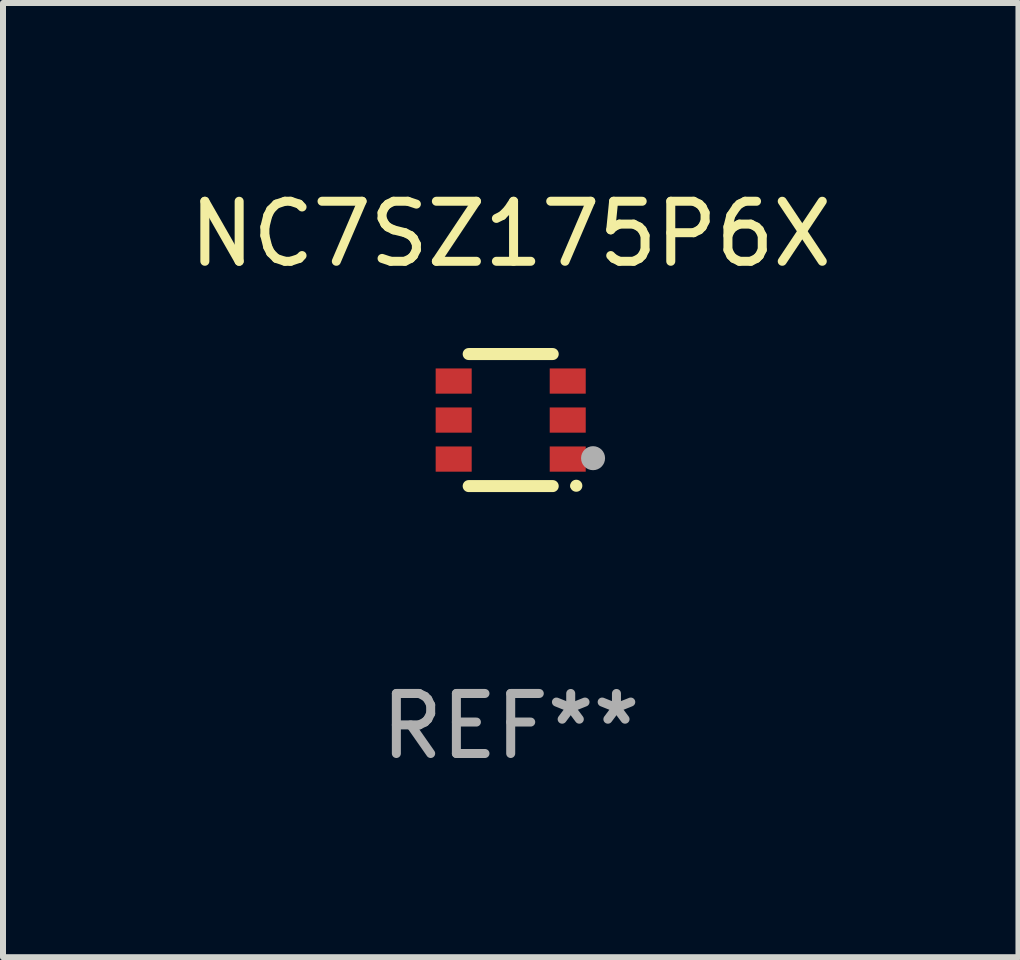
<source format=kicad_pcb>
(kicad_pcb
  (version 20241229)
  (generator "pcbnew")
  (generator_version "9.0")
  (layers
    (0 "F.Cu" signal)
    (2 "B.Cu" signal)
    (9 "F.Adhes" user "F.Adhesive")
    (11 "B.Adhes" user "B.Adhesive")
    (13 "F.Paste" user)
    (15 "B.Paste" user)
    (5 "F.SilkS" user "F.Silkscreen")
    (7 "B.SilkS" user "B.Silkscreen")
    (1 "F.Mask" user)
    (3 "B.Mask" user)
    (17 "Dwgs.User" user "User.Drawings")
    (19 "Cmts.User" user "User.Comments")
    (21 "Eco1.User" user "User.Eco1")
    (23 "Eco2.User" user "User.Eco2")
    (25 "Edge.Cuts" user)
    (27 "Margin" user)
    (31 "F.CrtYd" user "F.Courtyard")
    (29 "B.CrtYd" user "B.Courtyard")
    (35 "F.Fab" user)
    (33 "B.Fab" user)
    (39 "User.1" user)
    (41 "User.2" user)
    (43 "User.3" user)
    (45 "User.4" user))
  (footprint "NC7SZ175P6X"
    (layer "F.Cu")
    (at 5.458 3.948)
    (property "Reference" "NC7SZ175P6X" (at 0 -3.1 0) (layer "F.SilkS") (effects (font (size 1 1) (thickness 0.15))))
    (attr through_hole)
    (fp_line (start -0.7 -1.1) (end 0.7 -1.1) (stroke (width 0.2) (type solid)) (layer "F.SilkS"))
    (fp_line (start -0.7 1.1) (end 0.7 1.1) (stroke (width 0.2) (type solid)) (layer "F.SilkS"))
    (fp_arc (start 1.090932 1.094209) (mid 1.092202 1.094203) (end 1.093472 1.094209) (stroke (width 0.2) (type solid)) (layer "F.SilkS"))
    (fp_circle (center 1.053 1.1) (end 1.083 1.1) (stroke (width 0.06) (type solid)) (fill no) (layer "F.SilkS"))
    (fp_circle (center 1.372 0.635) (end 1.472 0.635) (stroke (width 0.2) (type solid)) (fill no) (layer "F.Fab"))
    (fp_text user "REF**" (at 0 5.1 0) (layer "F.Fab") (effects (font (size 1 1) (thickness 0.15))))
    (pad "1" smd rect (at 0.95 0.65 90) (size 0.42 0.6) (layers "F.Cu" "F.Mask" "F.Paste"))
    (pad "2" smd rect (at 0.95 0 90) (size 0.42 0.6) (layers "F.Cu" "F.Mask" "F.Paste"))
    (pad "3" smd rect (at 0.95 -0.65 90) (size 0.42 0.6) (layers "F.Cu" "F.Mask" "F.Paste"))
    (pad "4" smd rect (at -0.95 -0.65 270) (size 0.42 0.6) (layers "F.Cu" "F.Mask" "F.Paste"))
    (pad "5" smd rect (at -0.95 0 270) (size 0.42 0.6) (layers "F.Cu" "F.Mask" "F.Paste"))
    (pad "6" smd rect (at -0.95 0.65 270) (size 0.42 0.6) (layers "F.Cu" "F.Mask" "F.Paste")))
  (gr_rect
    (start -3 -3)
    (end 13.917 12.896)
    (stroke (width 0.1) (type default))
    (fill no)
    (layer "Edge.Cuts")))
</source>
